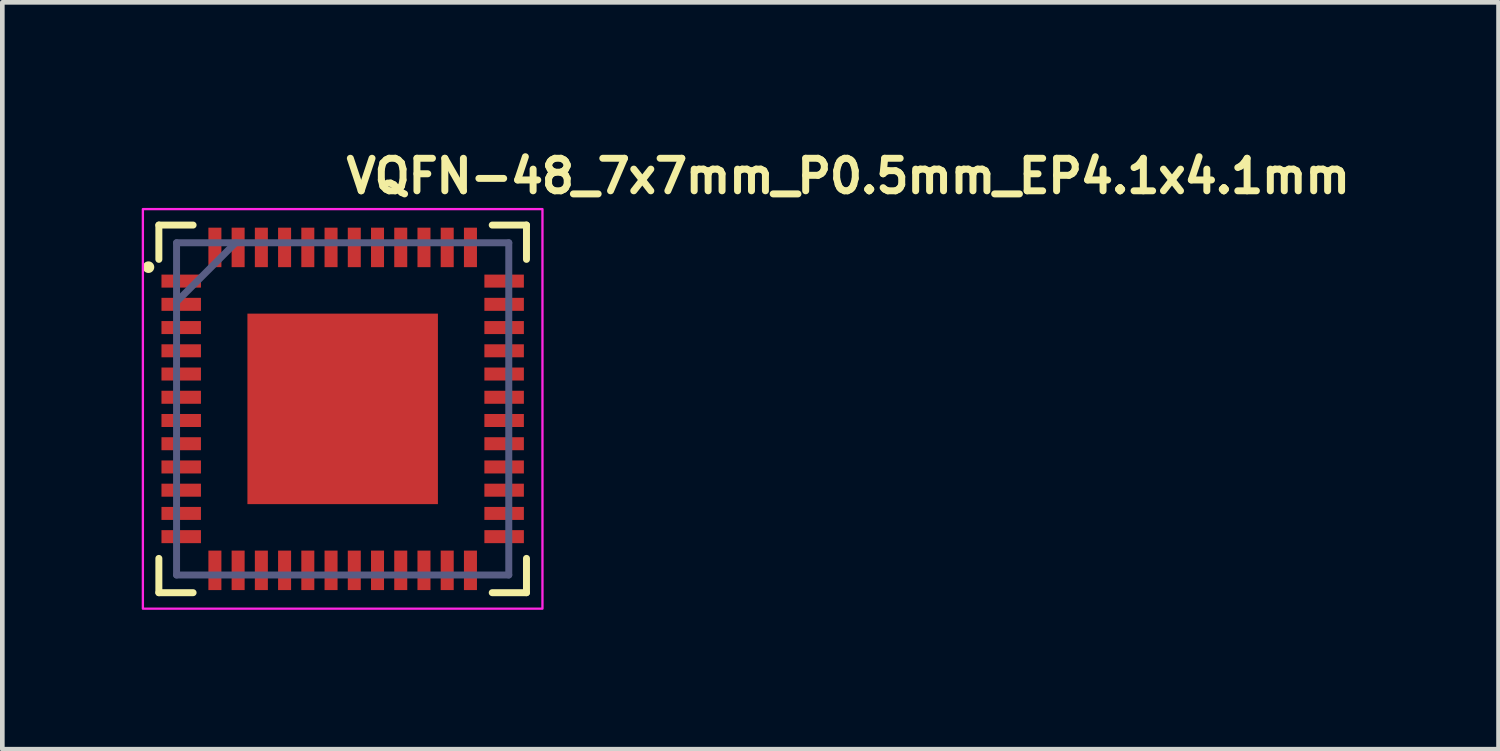
<source format=kicad_pcb>
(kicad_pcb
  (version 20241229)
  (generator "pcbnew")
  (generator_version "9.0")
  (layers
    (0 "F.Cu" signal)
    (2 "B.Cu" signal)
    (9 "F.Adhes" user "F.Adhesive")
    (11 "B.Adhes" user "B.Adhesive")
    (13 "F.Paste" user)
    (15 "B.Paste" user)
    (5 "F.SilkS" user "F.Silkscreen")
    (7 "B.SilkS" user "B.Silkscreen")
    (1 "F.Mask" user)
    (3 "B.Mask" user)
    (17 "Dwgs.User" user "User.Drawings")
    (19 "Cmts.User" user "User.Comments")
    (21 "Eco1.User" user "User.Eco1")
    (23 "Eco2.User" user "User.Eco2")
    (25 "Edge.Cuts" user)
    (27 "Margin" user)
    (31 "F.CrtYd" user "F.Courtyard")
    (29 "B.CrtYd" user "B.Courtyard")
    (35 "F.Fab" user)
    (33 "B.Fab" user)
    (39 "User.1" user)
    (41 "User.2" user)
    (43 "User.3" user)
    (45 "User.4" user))
  (footprint "VQFN-48_7x7mm_P0.5mm_EP4.1x4.1mm"
    (layer "F.Cu")
    (at 4.325 5.75)
    (property "Reference" "VQFN-48_7x7mm_P0.5mm_EP4.1x4.1mm" (at 0 -4.6 0) (unlocked yes) (layer "F.SilkS") (effects (font (size 0.7 0.7) (thickness 0.15)) (justify left bottom)))
    (attr smd)
    (fp_poly (pts (xy -2.113 -1.775) (xy -2.113 -2.114) (xy 2.114 -2.114) (xy 2.114 -1.775)) (stroke (width 0) (type solid)) (fill yes) (layer "F.Mask"))
    (fp_poly (pts (xy -2.113 -0.987) (xy -2.113 -1.375) (xy 2.114 -1.375) (xy 2.114 -0.987)) (stroke (width 0) (type solid)) (fill yes) (layer "F.Mask"))
    (fp_poly (pts (xy -2.113 -0.2) (xy -2.113 -0.587) (xy 2.114 -0.587) (xy 2.114 -0.2)) (stroke (width 0) (type solid)) (fill yes) (layer "F.Mask"))
    (fp_poly (pts (xy -2.113 0.587) (xy -2.113 0.2) (xy 2.114 0.2) (xy 2.114 0.587)) (stroke (width 0) (type solid)) (fill yes) (layer "F.Mask"))
    (fp_poly (pts (xy -2.113 1.375) (xy -2.113 0.987) (xy 2.114 0.987) (xy 2.114 1.375)) (stroke (width 0) (type solid)) (fill yes) (layer "F.Mask"))
    (fp_poly (pts (xy -2.113 2.114) (xy -2.113 -2.114) (xy -1.775 -2.114) (xy -1.775 2.114)) (stroke (width 0) (type solid)) (fill yes) (layer "F.Mask"))
    (fp_poly (pts (xy -2.113 2.114) (xy -2.113 1.775) (xy 2.114 1.775) (xy 2.114 2.114)) (stroke (width 0) (type solid)) (fill yes) (layer "F.Mask"))
    (fp_poly (pts (xy -0.987 2.114) (xy -0.987 -2.114) (xy -1.375 -2.114) (xy -1.375 2.114)) (stroke (width 0) (type solid)) (fill yes) (layer "F.Mask"))
    (fp_poly (pts (xy -0.2 2.114) (xy -0.2 -2.114) (xy -0.587 -2.114) (xy -0.587 2.114)) (stroke (width 0) (type solid)) (fill yes) (layer "F.Mask"))
    (fp_poly (pts (xy 0.587 2.114) (xy 0.587 -2.114) (xy 0.2 -2.114) (xy 0.2 2.114)) (stroke (width 0) (type solid)) (fill yes) (layer "F.Mask"))
    (fp_poly (pts (xy 1.375 2.114) (xy 1.375 -2.114) (xy 0.987 -2.114) (xy 0.987 2.114)) (stroke (width 0) (type solid)) (fill yes) (layer "F.Mask"))
    (fp_poly (pts (xy 1.775 2.114) (xy 1.775 -2.114) (xy 2.114 -2.114) (xy 2.114 2.114)) (stroke (width 0) (type solid)) (fill yes) (layer "F.Mask"))
    (fp_line (start -3.956 -3.218) (end -3.956 -3.956) (stroke (width 0.15) (type solid)) (layer "F.SilkS"))
    (fp_line (start -3.956 3.956) (end -3.956 3.218) (stroke (width 0.15) (type solid)) (layer "F.SilkS"))
    (fp_line (start -3.219 -3.956) (end -3.956 -3.956) (stroke (width 0.15) (type solid)) (layer "F.SilkS"))
    (fp_line (start -3.219 3.956) (end -3.956 3.956) (stroke (width 0.15) (type solid)) (layer "F.SilkS"))
    (fp_line (start 3.956 -3.956) (end 3.219 -3.956) (stroke (width 0.15) (type solid)) (layer "F.SilkS"))
    (fp_line (start 3.956 -3.218) (end 3.956 -3.956) (stroke (width 0.15) (type solid)) (layer "F.SilkS"))
    (fp_line (start 3.956 3.956) (end 3.219 3.956) (stroke (width 0.15) (type solid)) (layer "F.SilkS"))
    (fp_line (start 3.956 3.956) (end 3.956 3.218) (stroke (width 0.15) (type solid)) (layer "F.SilkS"))
    (fp_circle (center -4.18 -3.05) (end -4.13 -3.05) (stroke (width 0.15) (type solid)) (fill yes) (layer "F.SilkS"))
    (fp_poly (pts (xy -1.816 1.675) (xy -1.975 1.675) (xy -1.975 1.975) (xy -1.675 1.975) (xy -1.675 1.816)) (stroke (width 0) (type solid)) (fill yes) (layer "F.Paste"))
    (fp_poly (pts (xy -1.675 -1.975) (xy -1.975 -1.975) (xy -1.975 -1.675) (xy -1.816 -1.675) (xy -1.675 -1.816)) (stroke (width 0) (type solid)) (fill yes) (layer "F.Paste"))
    (fp_poly (pts (xy 1.975 -1.975) (xy 1.675 -1.975) (xy 1.675 -1.816) (xy 1.816 -1.675) (xy 1.975 -1.675)) (stroke (width 0) (type solid)) (fill yes) (layer "F.Paste"))
    (fp_poly (pts (xy 1.975 1.675) (xy 1.816 1.675) (xy 1.675 1.816) (xy 1.675 1.975) (xy 1.975 1.975)) (stroke (width 0) (type solid)) (fill yes) (layer "F.Paste"))
    (fp_poly (pts (xy -1.816 -1.475) (xy -1.975 -1.475) (xy -1.975 -0.887) (xy -1.816 -0.887) (xy -1.675 -1.029) (xy -1.675 -1.333)) (stroke (width 0) (type solid)) (fill yes) (layer "F.Paste"))
    (fp_poly (pts (xy -1.816 -0.687) (xy -1.975 -0.687) (xy -1.975 -0.1) (xy -1.816 -0.1) (xy -1.675 -0.241) (xy -1.675 -0.546)) (stroke (width 0) (type solid)) (fill yes) (layer "F.Paste"))
    (fp_poly (pts (xy -1.816 0.1) (xy -1.975 0.1) (xy -1.975 0.687) (xy -1.816 0.687) (xy -1.675 0.546) (xy -1.675 0.241)) (stroke (width 0) (type solid)) (fill yes) (layer "F.Paste"))
    (fp_poly (pts (xy -1.816 0.887) (xy -1.975 0.887) (xy -1.975 1.475) (xy -1.816 1.475) (xy -1.675 1.333) (xy -1.675 1.029)) (stroke (width 0) (type solid)) (fill yes) (layer "F.Paste"))
    (fp_poly (pts (xy -1.029 1.675) (xy -1.333 1.675) (xy -1.475 1.816) (xy -1.475 1.975) (xy -0.887 1.975) (xy -0.887 1.816)) (stroke (width 0) (type solid)) (fill yes) (layer "F.Paste"))
    (fp_poly (pts (xy -0.887 -1.975) (xy -1.475 -1.975) (xy -1.475 -1.816) (xy -1.333 -1.675) (xy -1.029 -1.675) (xy -0.887 -1.816)) (stroke (width 0) (type solid)) (fill yes) (layer "F.Paste"))
    (fp_poly (pts (xy -0.241 1.675) (xy -0.546 1.675) (xy -0.687 1.816) (xy -0.687 1.975) (xy -0.1 1.975) (xy -0.1 1.816)) (stroke (width 0) (type solid)) (fill yes) (layer "F.Paste"))
    (fp_poly (pts (xy -0.1 -1.975) (xy -0.687 -1.975) (xy -0.687 -1.816) (xy -0.546 -1.675) (xy -0.241 -1.675) (xy -0.1 -1.816)) (stroke (width 0) (type solid)) (fill yes) (layer "F.Paste"))
    (fp_poly (pts (xy 0.546 1.675) (xy 0.241 1.675) (xy 0.1 1.816) (xy 0.1 1.975) (xy 0.687 1.975) (xy 0.687 1.816)) (stroke (width 0) (type solid)) (fill yes) (layer "F.Paste"))
    (fp_poly (pts (xy 0.687 -1.975) (xy 0.1 -1.975) (xy 0.1 -1.816) (xy 0.241 -1.675) (xy 0.546 -1.675) (xy 0.687 -1.816)) (stroke (width 0) (type solid)) (fill yes) (layer "F.Paste"))
    (fp_poly (pts (xy 1.333 1.675) (xy 1.029 1.675) (xy 0.887 1.816) (xy 0.887 1.975) (xy 1.475 1.975) (xy 1.475 1.816)) (stroke (width 0) (type solid)) (fill yes) (layer "F.Paste"))
    (fp_poly (pts (xy 1.475 -1.975) (xy 0.887 -1.975) (xy 0.887 -1.816) (xy 1.029 -1.675) (xy 1.333 -1.675) (xy 1.475 -1.816)) (stroke (width 0) (type solid)) (fill yes) (layer "F.Paste"))
    (fp_poly (pts (xy 1.975 -1.475) (xy 1.816 -1.475) (xy 1.675 -1.333) (xy 1.675 -1.029) (xy 1.816 -0.887) (xy 1.975 -0.887)) (stroke (width 0) (type solid)) (fill yes) (layer "F.Paste"))
    (fp_poly (pts (xy 1.975 -0.687) (xy 1.816 -0.687) (xy 1.675 -0.546) (xy 1.675 -0.241) (xy 1.816 -0.1) (xy 1.975 -0.1)) (stroke (width 0) (type solid)) (fill yes) (layer "F.Paste"))
    (fp_poly (pts (xy 1.975 0.1) (xy 1.816 0.1) (xy 1.675 0.241) (xy 1.675 0.546) (xy 1.816 0.687) (xy 1.975 0.687)) (stroke (width 0) (type solid)) (fill yes) (layer "F.Paste"))
    (fp_poly (pts (xy 1.975 0.887) (xy 1.816 0.887) (xy 1.675 1.029) (xy 1.675 1.333) (xy 1.816 1.475) (xy 1.975 1.475)) (stroke (width 0) (type solid)) (fill yes) (layer "F.Paste"))
    (fp_poly (pts (xy -1.029 -1.475) (xy -1.333 -1.475) (xy -1.475 -1.333) (xy -1.475 -1.029) (xy -1.333 -0.887) (xy -1.029 -0.887) (xy -0.887 -1.029) (xy -0.887 -1.333)) (stroke (width 0) (type solid)) (fill yes) (layer "F.Paste"))
    (fp_poly (pts (xy -1.029 -0.687) (xy -1.333 -0.687) (xy -1.475 -0.546) (xy -1.475 -0.241) (xy -1.333 -0.1) (xy -1.029 -0.1) (xy -0.887 -0.241) (xy -0.887 -0.546)) (stroke (width 0) (type solid)) (fill yes) (layer "F.Paste"))
    (fp_poly (pts (xy -1.029 0.1) (xy -1.333 0.1) (xy -1.475 0.241) (xy -1.475 0.546) (xy -1.333 0.687) (xy -1.029 0.687) (xy -0.887 0.546) (xy -0.887 0.241)) (stroke (width 0) (type solid)) (fill yes) (layer "F.Paste"))
    (fp_poly (pts (xy -1.029 0.887) (xy -1.333 0.887) (xy -1.475 1.029) (xy -1.475 1.333) (xy -1.333 1.475) (xy -1.029 1.475) (xy -0.887 1.333) (xy -0.887 1.029)) (stroke (width 0) (type solid)) (fill yes) (layer "F.Paste"))
    (fp_poly (pts (xy -0.241 -1.475) (xy -0.546 -1.475) (xy -0.687 -1.333) (xy -0.687 -1.029) (xy -0.546 -0.887) (xy -0.241 -0.887) (xy -0.1 -1.029) (xy -0.1 -1.333)) (stroke (width 0) (type solid)) (fill yes) (layer "F.Paste"))
    (fp_poly (pts (xy -0.241 -0.687) (xy -0.546 -0.687) (xy -0.687 -0.546) (xy -0.687 -0.241) (xy -0.546 -0.1) (xy -0.241 -0.1) (xy -0.1 -0.241) (xy -0.1 -0.546)) (stroke (width 0) (type solid)) (fill yes) (layer "F.Paste"))
    (fp_poly (pts (xy -0.241 0.1) (xy -0.546 0.1) (xy -0.687 0.241) (xy -0.687 0.546) (xy -0.546 0.687) (xy -0.241 0.687) (xy -0.1 0.546) (xy -0.1 0.241)) (stroke (width 0) (type solid)) (fill yes) (layer "F.Paste"))
    (fp_poly (pts (xy -0.241 0.887) (xy -0.546 0.887) (xy -0.687 1.029) (xy -0.687 1.333) (xy -0.546 1.475) (xy -0.241 1.475) (xy -0.1 1.333) (xy -0.1 1.029)) (stroke (width 0) (type solid)) (fill yes) (layer "F.Paste"))
    (fp_poly (pts (xy 0.546 -1.475) (xy 0.241 -1.475) (xy 0.1 -1.333) (xy 0.1 -1.029) (xy 0.241 -0.887) (xy 0.546 -0.887) (xy 0.687 -1.029) (xy 0.687 -1.333)) (stroke (width 0) (type solid)) (fill yes) (layer "F.Paste"))
    (fp_poly (pts (xy 0.546 -0.687) (xy 0.241 -0.687) (xy 0.1 -0.546) (xy 0.1 -0.241) (xy 0.241 -0.1) (xy 0.546 -0.1) (xy 0.687 -0.241) (xy 0.687 -0.546)) (stroke (width 0) (type solid)) (fill yes) (layer "F.Paste"))
    (fp_poly (pts (xy 0.546 0.1) (xy 0.241 0.1) (xy 0.1 0.241) (xy 0.1 0.546) (xy 0.241 0.687) (xy 0.546 0.687) (xy 0.687 0.546) (xy 0.687 0.241)) (stroke (width 0) (type solid)) (fill yes) (layer "F.Paste"))
    (fp_poly (pts (xy 0.546 0.887) (xy 0.241 0.887) (xy 0.1 1.029) (xy 0.1 1.333) (xy 0.241 1.475) (xy 0.546 1.475) (xy 0.687 1.333) (xy 0.687 1.029)) (stroke (width 0) (type solid)) (fill yes) (layer "F.Paste"))
    (fp_poly (pts (xy 1.333 -1.475) (xy 1.029 -1.475) (xy 0.887 -1.333) (xy 0.887 -1.029) (xy 1.029 -0.887) (xy 1.333 -0.887) (xy 1.475 -1.029) (xy 1.475 -1.333)) (stroke (width 0) (type solid)) (fill yes) (layer "F.Paste"))
    (fp_poly (pts (xy 1.333 -0.687) (xy 1.029 -0.687) (xy 0.887 -0.546) (xy 0.887 -0.241) (xy 1.029 -0.1) (xy 1.333 -0.1) (xy 1.475 -0.241) (xy 1.475 -0.546)) (stroke (width 0) (type solid)) (fill yes) (layer "F.Paste"))
    (fp_poly (pts (xy 1.333 0.1) (xy 1.029 0.1) (xy 0.887 0.241) (xy 0.887 0.546) (xy 1.029 0.687) (xy 1.333 0.687) (xy 1.475 0.546) (xy 1.475 0.241)) (stroke (width 0) (type solid)) (fill yes) (layer "F.Paste"))
    (fp_poly (pts (xy 1.333 0.887) (xy 1.029 0.887) (xy 0.887 1.029) (xy 0.887 1.333) (xy 1.029 1.475) (xy 1.333 1.475) (xy 1.475 1.333) (xy 1.475 1.029)) (stroke (width 0) (type solid)) (fill yes) (layer "F.Paste"))
    (fp_rect (start -4.3 -4.3) (end 4.3 4.3) (stroke (width 0.05) (type solid)) (fill no) (layer "F.CrtYd"))
    (fp_line (start -3.575 -2.305) (end -2.305 -3.575) (stroke (width 0.15) (type solid)) (layer "B.Fab"))
    (fp_line (start -3.575 3.575) (end -3.575 -3.575) (stroke (width 0.15) (type solid)) (layer "B.Fab"))
    (fp_line (start 3.575 -3.575) (end -3.575 -3.575) (stroke (width 0.15) (type solid)) (layer "B.Fab"))
    (fp_line (start 3.575 3.575) (end -3.575 3.575) (stroke (width 0.15) (type solid)) (layer "B.Fab"))
    (fp_line (start 3.575 3.575) (end 3.575 -3.575) (stroke (width 0.15) (type solid)) (layer "B.Fab"))
    (fp_rect (start -3.5 -3.5) (end 3.5 3.5) (stroke (width 0.1) (type solid)) (fill no) (layer "User.5"))
    (fp_line (start -3.5 -3.5) (end -3.5 3.5) (stroke (width 0.02) (type solid)) (layer "User.9"))
    (fp_line (start -3.5 3.5) (end 3.5 3.5) (stroke (width 0.02) (type solid)) (layer "User.9"))
    (fp_line (start 3.5 -3.5) (end -3.5 -3.5) (stroke (width 0.02) (type solid)) (layer "User.9"))
    (fp_line (start 3.5 3.5) (end 3.5 -3.5) (stroke (width 0.02) (type solid)) (layer "User.9"))
    (pad "1" smd rect (at -3.475 -2.75 270) (size 0.28 0.85) (layers "F.Cu" "F.Mask" "F.Paste"))
    (pad "2" smd rect (at -3.475 -2.25 270) (size 0.28 0.85) (layers "F.Cu" "F.Mask" "F.Paste"))
    (pad "3" smd rect (at -3.475 -1.75 270) (size 0.28 0.85) (layers "F.Cu" "F.Mask" "F.Paste"))
    (pad "4" smd rect (at -3.475 -1.25 270) (size 0.28 0.85) (layers "F.Cu" "F.Mask" "F.Paste"))
    (pad "5" smd rect (at -3.475 -0.75 270) (size 0.28 0.85) (layers "F.Cu" "F.Mask" "F.Paste"))
    (pad "6" smd rect (at -3.475 -0.25 270) (size 0.28 0.85) (layers "F.Cu" "F.Mask" "F.Paste"))
    (pad "7" smd rect (at -3.475 0.25 270) (size 0.28 0.85) (layers "F.Cu" "F.Mask" "F.Paste"))
    (pad "8" smd rect (at -3.475 0.75 270) (size 0.28 0.85) (layers "F.Cu" "F.Mask" "F.Paste"))
    (pad "9" smd rect (at -3.475 1.25 270) (size 0.28 0.85) (layers "F.Cu" "F.Mask" "F.Paste"))
    (pad "10" smd rect (at -3.475 1.75 270) (size 0.28 0.85) (layers "F.Cu" "F.Mask" "F.Paste"))
    (pad "11" smd rect (at -3.475 2.25 270) (size 0.28 0.85) (layers "F.Cu" "F.Mask" "F.Paste"))
    (pad "12" smd rect (at -3.475 2.75 270) (size 0.28 0.85) (layers "F.Cu" "F.Mask" "F.Paste"))
    (pad "13" smd rect (at -2.75 3.475 180) (size 0.28 0.85) (layers "F.Cu" "F.Mask" "F.Paste"))
    (pad "14" smd rect (at -2.25 3.475 180) (size 0.28 0.85) (layers "F.Cu" "F.Mask" "F.Paste"))
    (pad "15" smd rect (at -1.75 3.475 180) (size 0.28 0.85) (layers "F.Cu" "F.Mask" "F.Paste"))
    (pad "16" smd rect (at -1.25 3.475 180) (size 0.28 0.85) (layers "F.Cu" "F.Mask" "F.Paste"))
    (pad "17" smd rect (at -0.75 3.475 180) (size 0.28 0.85) (layers "F.Cu" "F.Mask" "F.Paste"))
    (pad "18" smd rect (at -0.25 3.475 180) (size 0.28 0.85) (layers "F.Cu" "F.Mask" "F.Paste"))
    (pad "19" smd rect (at 0.25 3.475 180) (size 0.28 0.85) (layers "F.Cu" "F.Mask" "F.Paste"))
    (pad "20" smd rect (at 0.75 3.475 180) (size 0.28 0.85) (layers "F.Cu" "F.Mask" "F.Paste"))
    (pad "21" smd rect (at 1.25 3.475 180) (size 0.28 0.85) (layers "F.Cu" "F.Mask" "F.Paste"))
    (pad "22" smd rect (at 1.75 3.475 180) (size 0.28 0.85) (layers "F.Cu" "F.Mask" "F.Paste"))
    (pad "23" smd rect (at 2.25 3.475 180) (size 0.28 0.85) (layers "F.Cu" "F.Mask" "F.Paste"))
    (pad "24" smd rect (at 2.75 3.475 180) (size 0.28 0.85) (layers "F.Cu" "F.Mask" "F.Paste"))
    (pad "25" smd rect (at 3.475 2.75 270) (size 0.28 0.85) (layers "F.Cu" "F.Mask" "F.Paste"))
    (pad "26" smd rect (at 3.475 2.25 270) (size 0.28 0.85) (layers "F.Cu" "F.Mask" "F.Paste"))
    (pad "27" smd rect (at 3.475 1.75 270) (size 0.28 0.85) (layers "F.Cu" "F.Mask" "F.Paste"))
    (pad "28" smd rect (at 3.475 1.25 270) (size 0.28 0.85) (layers "F.Cu" "F.Mask" "F.Paste"))
    (pad "29" smd rect (at 3.475 0.75 270) (size 0.28 0.85) (layers "F.Cu" "F.Mask" "F.Paste"))
    (pad "30" smd rect (at 3.475 0.25 270) (size 0.28 0.85) (layers "F.Cu" "F.Mask" "F.Paste"))
    (pad "31" smd rect (at 3.475 -0.25 270) (size 0.28 0.85) (layers "F.Cu" "F.Mask" "F.Paste"))
    (pad "32" smd rect (at 3.475 -0.75 270) (size 0.28 0.85) (layers "F.Cu" "F.Mask" "F.Paste"))
    (pad "33" smd rect (at 3.475 -1.25 270) (size 0.28 0.85) (layers "F.Cu" "F.Mask" "F.Paste"))
    (pad "34" smd rect (at 3.475 -1.75 270) (size 0.28 0.85) (layers "F.Cu" "F.Mask" "F.Paste"))
    (pad "35" smd rect (at 3.475 -2.25 270) (size 0.28 0.85) (layers "F.Cu" "F.Mask" "F.Paste"))
    (pad "36" smd rect (at 3.475 -2.75 270) (size 0.28 0.85) (layers "F.Cu" "F.Mask" "F.Paste"))
    (pad "37" smd rect (at 2.75 -3.475 180) (size 0.28 0.85) (layers "F.Cu" "F.Mask" "F.Paste"))
    (pad "38" smd rect (at 2.25 -3.475 180) (size 0.28 0.85) (layers "F.Cu" "F.Mask" "F.Paste"))
    (pad "39" smd rect (at 1.75 -3.475 180) (size 0.28 0.85) (layers "F.Cu" "F.Mask" "F.Paste"))
    (pad "40" smd rect (at 1.25 -3.475 180) (size 0.28 0.85) (layers "F.Cu" "F.Mask" "F.Paste"))
    (pad "41" smd rect (at 0.75 -3.475 180) (size 0.28 0.85) (layers "F.Cu" "F.Mask" "F.Paste"))
    (pad "42" smd rect (at 0.25 -3.475 180) (size 0.28 0.85) (layers "F.Cu" "F.Mask" "F.Paste"))
    (pad "43" smd rect (at -0.25 -3.475 180) (size 0.28 0.85) (layers "F.Cu" "F.Mask" "F.Paste"))
    (pad "44" smd rect (at -0.75 -3.475 180) (size 0.28 0.85) (layers "F.Cu" "F.Mask" "F.Paste"))
    (pad "45" smd rect (at -1.25 -3.475 180) (size 0.28 0.85) (layers "F.Cu" "F.Mask" "F.Paste"))
    (pad "46" smd rect (at -1.75 -3.475 180) (size 0.28 0.85) (layers "F.Cu" "F.Mask" "F.Paste"))
    (pad "47" smd rect (at -2.25 -3.475 180) (size 0.28 0.85) (layers "F.Cu" "F.Mask" "F.Paste"))
    (pad "48" smd rect (at -2.75 -3.475 180) (size 0.28 0.85) (layers "F.Cu" "F.Mask" "F.Paste"))
    (pad "49" smd rect (at 0 0) (size 4.1 4.1) (layers "F.Cu" "F.Mask" "F.Paste")))
  (gr_rect
    (start -3 -3)
    (end 29.202 13.075)
    (stroke (width 0.1) (type default))
    (fill no)
    (layer "Edge.Cuts")))
</source>
